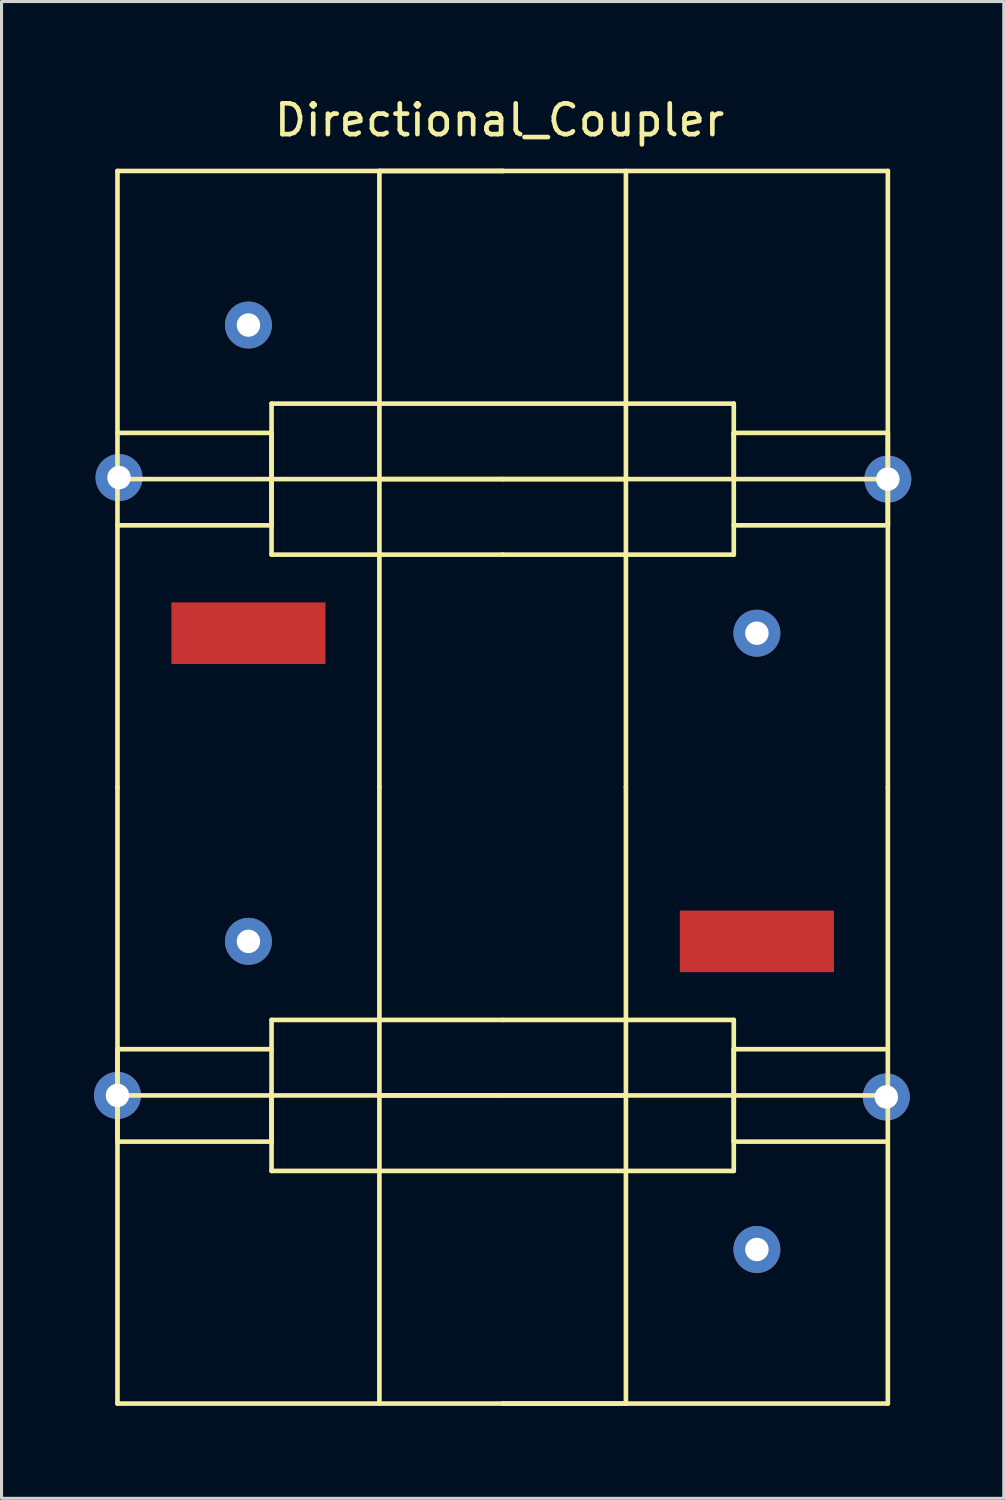
<source format=kicad_pcb>
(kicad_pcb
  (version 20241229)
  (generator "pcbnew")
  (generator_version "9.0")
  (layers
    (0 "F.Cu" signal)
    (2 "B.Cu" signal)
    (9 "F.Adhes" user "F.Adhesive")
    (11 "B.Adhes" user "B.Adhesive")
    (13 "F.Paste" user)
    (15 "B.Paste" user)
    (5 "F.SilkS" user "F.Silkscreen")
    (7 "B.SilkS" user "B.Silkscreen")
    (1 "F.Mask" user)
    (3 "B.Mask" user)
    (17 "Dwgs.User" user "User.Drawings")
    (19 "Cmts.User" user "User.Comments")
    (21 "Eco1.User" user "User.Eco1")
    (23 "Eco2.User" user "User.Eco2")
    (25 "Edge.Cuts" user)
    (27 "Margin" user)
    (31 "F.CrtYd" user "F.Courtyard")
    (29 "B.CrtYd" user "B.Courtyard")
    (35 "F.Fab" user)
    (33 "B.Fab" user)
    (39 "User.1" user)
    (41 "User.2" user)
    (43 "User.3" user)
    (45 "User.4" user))
  (footprint "Directional_Coupler"
    (layer "F.Cu")
    (at 13.262 22.498)
    (property "Reference" "Directional_Coupler" (at -0.1 -21.65 0) (layer "F.SilkS") (effects (font (size 1 1) (thickness 0.15))))
    (attr through_hole)
    (fp_line (start -12.5 -20) (end -12.5 0) (stroke (width 0.15) (type solid)) (layer "F.SilkS"))
    (fp_line (start -12.5 0) (end -12.5 20) (stroke (width 0.15) (type solid)) (layer "F.SilkS"))
    (fp_line (start -12.5 8.5) (end -7.5 8.5) (stroke (width 0.15) (type solid)) (layer "F.SilkS"))
    (fp_line (start -12.5 11.5) (end -12.5 8.5) (stroke (width 0.15) (type solid)) (layer "F.SilkS"))
    (fp_line (start -12.5 20) (end 0 20) (stroke (width 0.15) (type solid)) (layer "F.SilkS"))
    (fp_line (start -7.5 -12.45) (end 7.5 -12.45) (stroke (width 0.15) (type solid)) (layer "F.SilkS"))
    (fp_line (start -7.5 -11.5) (end -12.5 -11.5) (stroke (width 0.15) (type solid)) (layer "F.SilkS"))
    (fp_line (start -7.5 -10) (end -7.5 -11.5) (stroke (width 0.15) (type solid)) (layer "F.SilkS"))
    (fp_line (start -7.5 -10) (end -7.5 -8.5) (stroke (width 0.15) (type solid)) (layer "F.SilkS"))
    (fp_line (start -7.5 -8.5) (end -12.5 -8.5) (stroke (width 0.15) (type solid)) (layer "F.SilkS"))
    (fp_line (start -7.5 -7.55) (end -7.5 -12.45) (stroke (width 0.15) (type solid)) (layer "F.SilkS"))
    (fp_line (start -7.5 7.55) (end 0 7.55) (stroke (width 0.15) (type solid)) (layer "F.SilkS"))
    (fp_line (start -7.5 10) (end -7.5 11.5) (stroke (width 0.15) (type solid)) (layer "F.SilkS"))
    (fp_line (start -7.5 11.5) (end -12.5 11.5) (stroke (width 0.15) (type solid)) (layer "F.SilkS"))
    (fp_line (start -7.5 12.45) (end -7.5 7.55) (stroke (width 0.15) (type solid)) (layer "F.SilkS"))
    (fp_line (start -4 -20) (end -4 -10) (stroke (width 0.15) (type solid)) (layer "F.SilkS"))
    (fp_line (start -4 -10) (end -4 0) (stroke (width 0.15) (type solid)) (layer "F.SilkS"))
    (fp_line (start -4 -10) (end 4 -10) (stroke (width 0.15) (type solid)) (layer "F.SilkS"))
    (fp_line (start -4 0) (end -4 10) (stroke (width 0.15) (type solid)) (layer "F.SilkS"))
    (fp_line (start -4 10) (end -4 20) (stroke (width 0.15) (type solid)) (layer "F.SilkS"))
    (fp_line (start 0 -20) (end -12.5 -20) (stroke (width 0.15) (type solid)) (layer "F.SilkS"))
    (fp_line (start 0 -20) (end -4 -20) (stroke (width 0.15) (type solid)) (layer "F.SilkS"))
    (fp_line (start 0 -10) (end -12.5 -10) (stroke (width 0.15) (type solid)) (layer "F.SilkS"))
    (fp_line (start 0 -10) (end 12.5 -10) (stroke (width 0.15) (type solid)) (layer "F.SilkS"))
    (fp_line (start 0 -7.55) (end -7.5 -7.55) (stroke (width 0.15) (type solid)) (layer "F.SilkS"))
    (fp_line (start 0 7.55) (end 7.5 7.55) (stroke (width 0.15) (type solid)) (layer "F.SilkS"))
    (fp_line (start 0 10) (end -12.5 10) (stroke (width 0.15) (type solid)) (layer "F.SilkS"))
    (fp_line (start 0 10) (end 12.5 10) (stroke (width 0.15) (type solid)) (layer "F.SilkS"))
    (fp_line (start 0 20) (end 4 20) (stroke (width 0.15) (type solid)) (layer "F.SilkS"))
    (fp_line (start 0 20) (end 12.5 20) (stroke (width 0.15) (type solid)) (layer "F.SilkS"))
    (fp_line (start 4 -10) (end 4 -20) (stroke (width 0.15) (type solid)) (layer "F.SilkS"))
    (fp_line (start 4 0) (end 4 -10) (stroke (width 0.15) (type solid)) (layer "F.SilkS"))
    (fp_line (start 4 10) (end -4 10) (stroke (width 0.15) (type solid)) (layer "F.SilkS"))
    (fp_line (start 4 10) (end 4 0) (stroke (width 0.15) (type solid)) (layer "F.SilkS"))
    (fp_line (start 4 20) (end 4 10) (stroke (width 0.15) (type solid)) (layer "F.SilkS"))
    (fp_line (start 7.5 -12.45) (end 7.5 -7.55) (stroke (width 0.15) (type solid)) (layer "F.SilkS"))
    (fp_line (start 7.5 -11.5) (end 12.5 -11.5) (stroke (width 0.15) (type solid)) (layer "F.SilkS"))
    (fp_line (start 7.5 -10) (end 7.5 -11.5) (stroke (width 0.15) (type solid)) (layer "F.SilkS"))
    (fp_line (start 7.5 -7.55) (end 0 -7.55) (stroke (width 0.15) (type solid)) (layer "F.SilkS"))
    (fp_line (start 7.5 7.55) (end 7.5 12.45) (stroke (width 0.15) (type solid)) (layer "F.SilkS"))
    (fp_line (start 7.5 8.5) (end 12.5 8.5) (stroke (width 0.15) (type solid)) (layer "F.SilkS"))
    (fp_line (start 7.5 10) (end 7.5 8.5) (stroke (width 0.15) (type solid)) (layer "F.SilkS"))
    (fp_line (start 7.5 10) (end 7.5 11.5) (stroke (width 0.15) (type solid)) (layer "F.SilkS"))
    (fp_line (start 7.5 11.5) (end 12.5 11.5) (stroke (width 0.15) (type solid)) (layer "F.SilkS"))
    (fp_line (start 7.5 12.45) (end -7.5 12.45) (stroke (width 0.15) (type solid)) (layer "F.SilkS"))
    (fp_line (start 12.5 -20) (end 0 -20) (stroke (width 0.15) (type solid)) (layer "F.SilkS"))
    (fp_line (start 12.5 -11.5) (end 12.5 -8.5) (stroke (width 0.15) (type solid)) (layer "F.SilkS"))
    (fp_line (start 12.5 -8.5) (end 7.5 -8.5) (stroke (width 0.15) (type solid)) (layer "F.SilkS"))
    (fp_line (start 12.5 0) (end 12.5 -20) (stroke (width 0.15) (type solid)) (layer "F.SilkS"))
    (fp_line (start 12.5 20) (end 12.5 0) (stroke (width 0.15) (type solid)) (layer "F.SilkS"))
    (pad "1" thru_hole circle (at -12.45 -10.05) (size 1.524 1.524) (drill 0.762) (layers "*.Cu" "*.Mask"))
    (pad "2" thru_hole circle (at 12.5 -10) (size 1.524 1.524) (drill 0.762) (layers "*.Cu" "*.Mask"))
    (pad "3" smd rect (at -8.25 -5) (size 5 2) (layers "F.Cu" "F.Mask" "F.Paste"))
    (pad "4" thru_hole circle (at -8.25 -15) (size 1.524 1.524) (drill 0.762) (layers "*.Cu" "*.Mask"))
    (pad "5" thru_hole circle (at 8.25 -5) (size 1.524 1.524) (drill 0.762) (layers "*.Cu" "*.Mask"))
    (pad "6" thru_hole circle (at 12.45 10.05 180) (size 1.524 1.524) (drill 0.762) (layers "*.Cu" "*.Mask"))
    (pad "7" thru_hole circle (at -12.5 10 180) (size 1.524 1.524) (drill 0.762) (layers "*.Cu" "*.Mask"))
    (pad "8" smd rect (at 8.25 5 180) (size 5 2) (layers "F.Cu" "F.Mask" "F.Paste"))
    (pad "9" thru_hole circle (at 8.25 15 180) (size 1.524 1.524) (drill 0.762) (layers "*.Cu" "*.Mask"))
    (pad "10" thru_hole circle (at -8.25 5 180) (size 1.524 1.524) (drill 0.762) (layers "*.Cu" "*.Mask")))
  (gr_rect
    (start -3 -3)
    (end 29.524 45.573)
    (stroke (width 0.1) (type default))
    (fill no)
    (layer "Edge.Cuts")))
</source>
